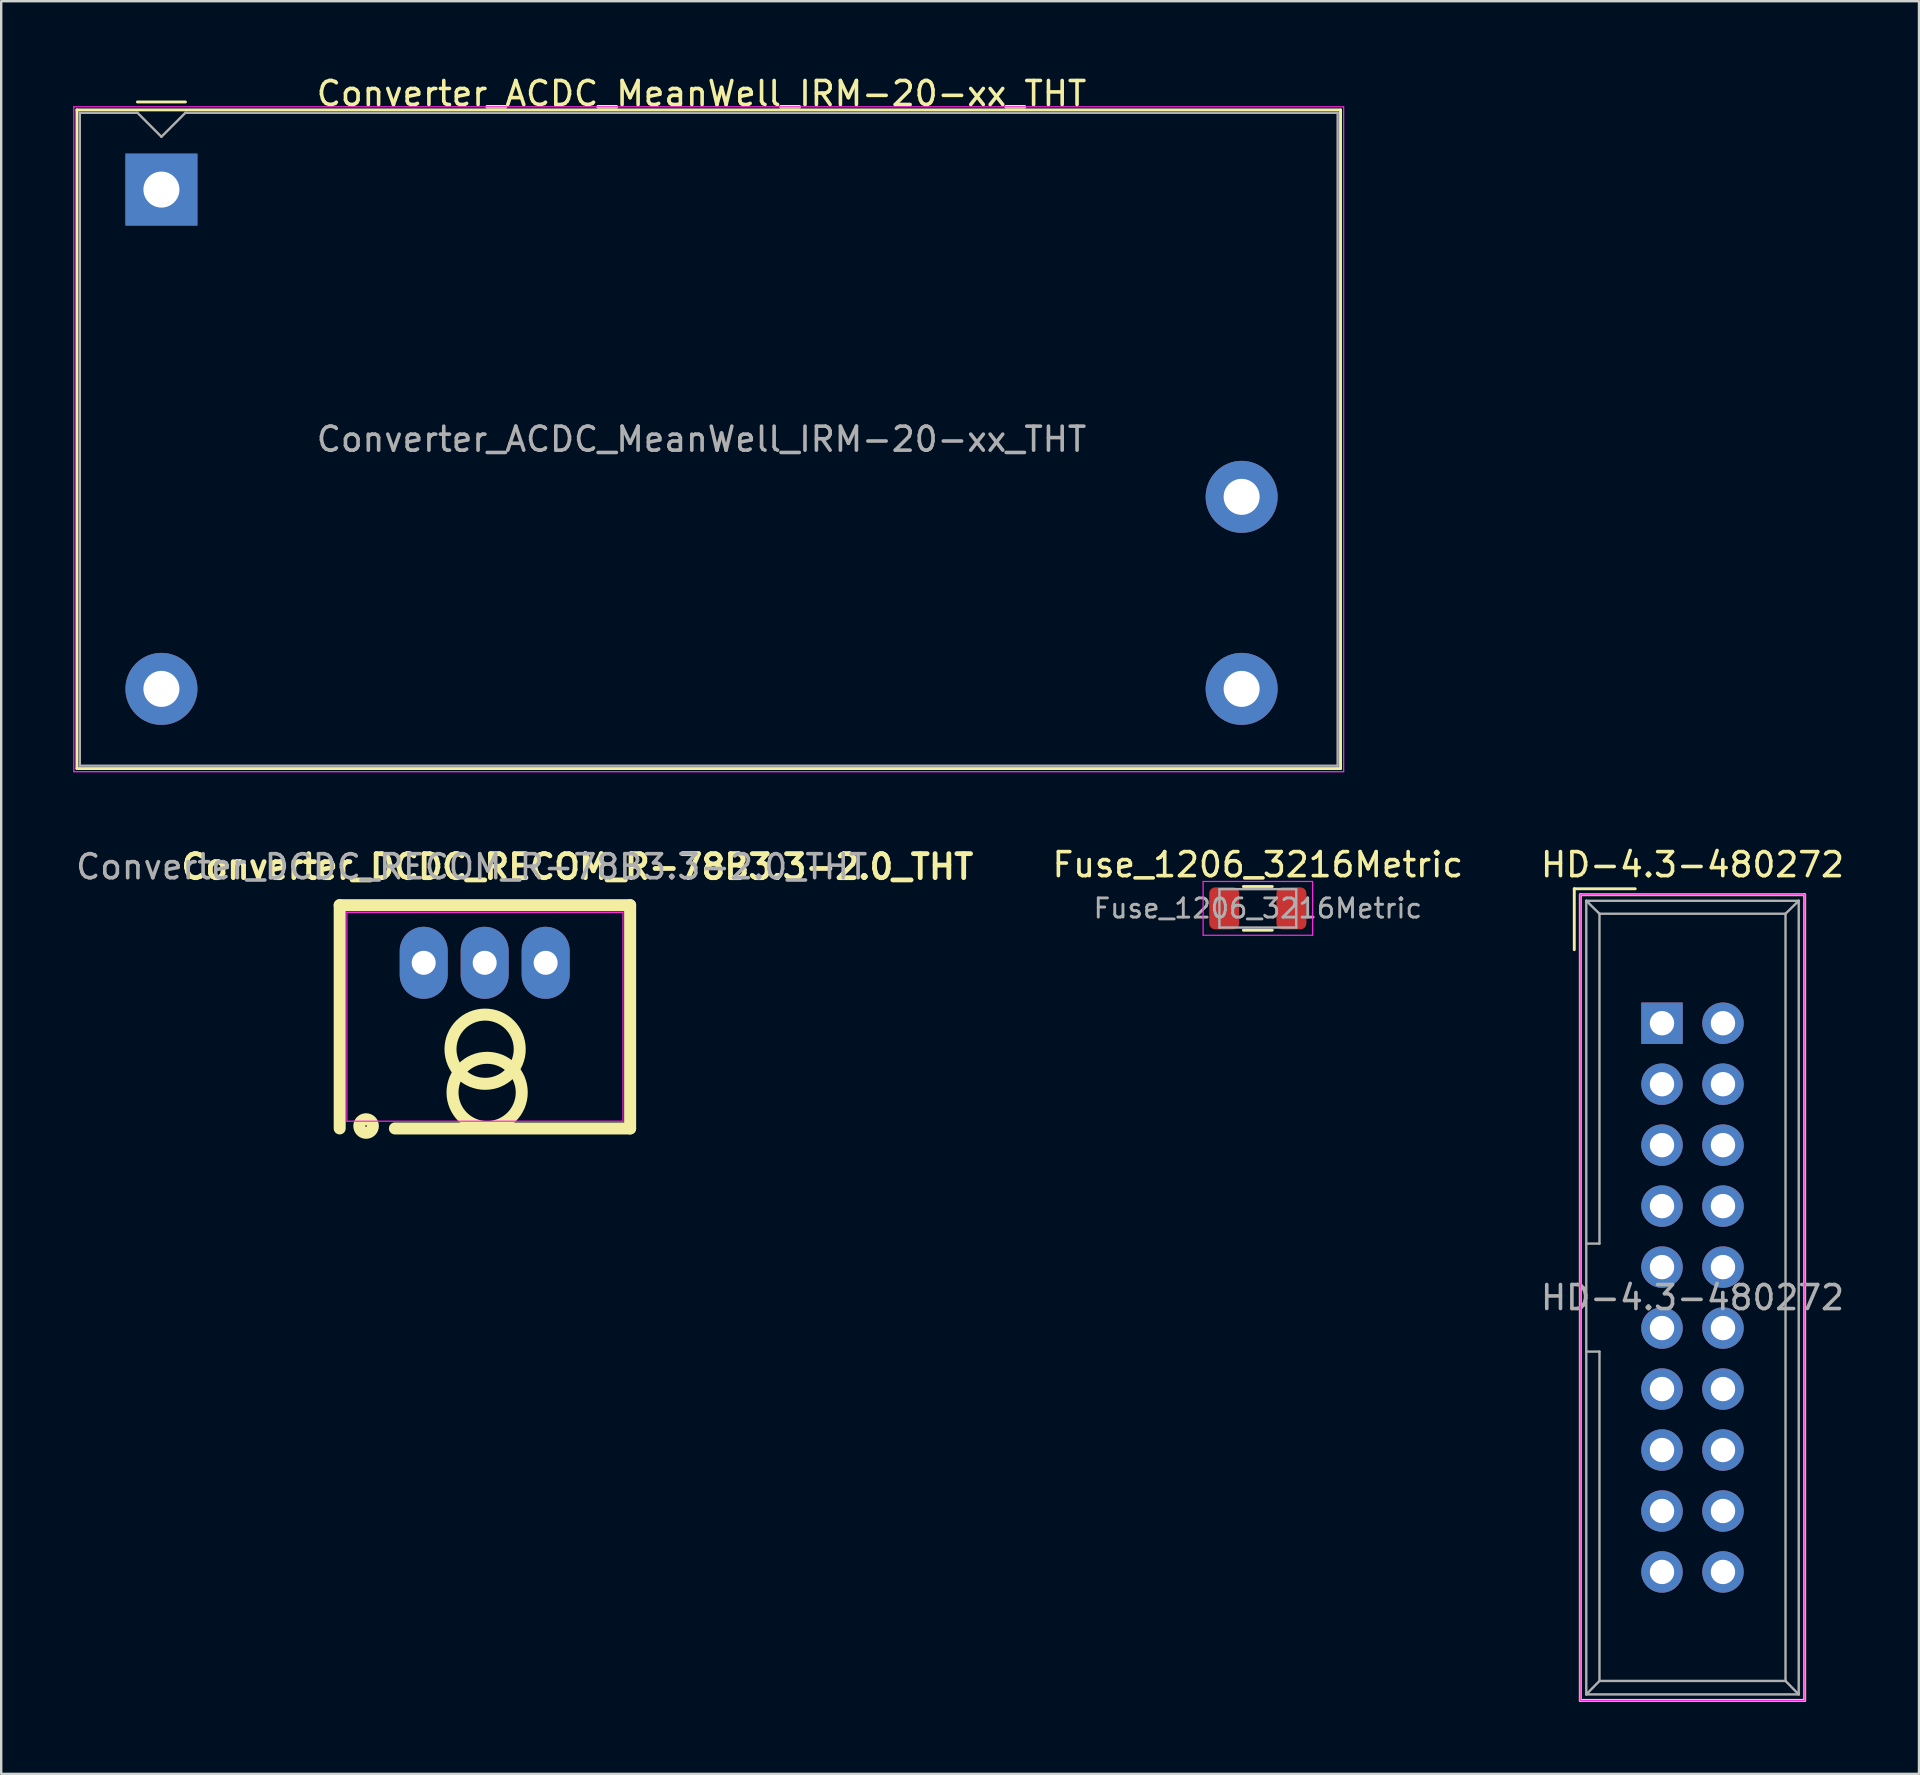
<source format=kicad_pcb>
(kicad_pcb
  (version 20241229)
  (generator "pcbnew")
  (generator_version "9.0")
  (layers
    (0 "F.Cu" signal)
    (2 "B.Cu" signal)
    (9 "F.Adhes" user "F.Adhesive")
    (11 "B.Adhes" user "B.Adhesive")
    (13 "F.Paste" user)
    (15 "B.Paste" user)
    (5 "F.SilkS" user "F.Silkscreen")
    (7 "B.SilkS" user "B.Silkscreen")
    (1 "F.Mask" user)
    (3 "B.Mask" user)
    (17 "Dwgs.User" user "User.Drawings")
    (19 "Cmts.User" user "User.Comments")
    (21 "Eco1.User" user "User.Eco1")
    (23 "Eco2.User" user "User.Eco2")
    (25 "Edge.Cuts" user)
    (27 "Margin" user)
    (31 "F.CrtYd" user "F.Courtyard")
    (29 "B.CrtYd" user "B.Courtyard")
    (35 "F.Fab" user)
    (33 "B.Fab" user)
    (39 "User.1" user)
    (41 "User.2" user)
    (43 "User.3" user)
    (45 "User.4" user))
  (footprint "Converter_ACDC_MeanWell_IRM-20-xx_THT"
    (layer "F.Cu")
    (at 3.675 4.848)
    (property "Reference" "Converter_ACDC_MeanWell_IRM-20-xx_THT" (at 22.5 -4 0) (layer "F.SilkS") (effects (font (size 1 1) (thickness 0.15))))
    (attr through_hole)
    (fp_line (start -3.52 -3.32) (end -3.52 24.12) (stroke (width 0.12) (type solid)) (layer "F.SilkS"))
    (fp_line (start -3.52 -3.32) (end 49.12 -3.32) (stroke (width 0.12) (type solid)) (layer "F.SilkS"))
    (fp_line (start -3.52 24.12) (end 49.12 24.12) (stroke (width 0.12) (type solid)) (layer "F.SilkS"))
    (fp_line (start 1 -3.65) (end -1 -3.65) (stroke (width 0.12) (type solid)) (layer "F.SilkS"))
    (fp_line (start 49.12 -3.32) (end 49.12 24.12) (stroke (width 0.12) (type solid)) (layer "F.SilkS"))
    (fp_line (start -3.65 -3.45) (end -3.65 24.25) (stroke (width 0.05) (type solid)) (layer "F.CrtYd"))
    (fp_line (start -3.65 -3.45) (end 49.25 -3.45) (stroke (width 0.05) (type solid)) (layer "F.CrtYd"))
    (fp_line (start -3.65 24.25) (end 49.25 24.25) (stroke (width 0.05) (type solid)) (layer "F.CrtYd"))
    (fp_line (start 49.25 -3.45) (end 49.25 24.25) (stroke (width 0.05) (type solid)) (layer "F.CrtYd"))
    (fp_line (start -3.4 -3.2) (end -3.4 24) (stroke (width 0.1) (type solid)) (layer "F.Fab"))
    (fp_line (start -3.4 24) (end 49 24) (stroke (width 0.1) (type solid)) (layer "F.Fab"))
    (fp_line (start -1 -3.2) (end -3.4 -3.2) (stroke (width 0.1) (type solid)) (layer "F.Fab"))
    (fp_line (start 0 -2.2) (end -1 -3.2) (stroke (width 0.1) (type solid)) (layer "F.Fab"))
    (fp_line (start 1 -3.2) (end 0 -2.2) (stroke (width 0.1) (type solid)) (layer "F.Fab"))
    (fp_line (start 49 -3.2) (end 1 -3.2) (stroke (width 0.1) (type solid)) (layer "F.Fab"))
    (fp_line (start 49 -3.2) (end 49 24) (stroke (width 0.1) (type solid)) (layer "F.Fab"))
    (fp_text user "${REFERENCE}" (at 22.5 10.4 0) (layer "F.Fab") (effects (font (size 1 1) (thickness 0.15))))
    (pad "1" thru_hole rect (at 0 0) (size 3 3) (drill 1.5) (layers "*.Cu" "*.Mask"))
    (pad "2" thru_hole circle (at 0 20.8) (size 3 3) (drill 1.5) (layers "*.Cu" "*.Mask"))
    (pad "3" thru_hole circle (at 45 20.8) (size 3 3) (drill 1.5) (layers "*.Cu" "*.Mask"))
    (pad "4" thru_hole circle (at 45 12.8) (size 3 3) (drill 1.5) (layers "*.Cu" "*.Mask")))
  (footprint "HD-4.3-480272"
    (layer "F.Cu")
    (at 66.247 39.533)
    (property "Reference" "HD-4.3-480272" (at 1.21 -6.561 0) (layer "F.SilkS") (effects (font (size 1 1) (thickness 0.15))))
    (attr through_hole)
    (fp_line (start -3.715 -5.558) (end -3.715 -3.018) (stroke (width 0.12) (type solid)) (layer "F.SilkS"))
    (fp_line (start -3.715 -5.558) (end -1.175 -5.558) (stroke (width 0.12) (type solid)) (layer "F.SilkS"))
    (fp_line (start -3.465 -5.308) (end 5.885 -5.308) (stroke (width 0.12) (type solid)) (layer "F.SilkS"))
    (fp_line (start -3.465 28.253) (end -3.465 -5.308) (stroke (width 0.12) (type solid)) (layer "F.SilkS"))
    (fp_line (start 5.885 -5.308) (end 5.885 28.253) (stroke (width 0.12) (type solid)) (layer "F.SilkS"))
    (fp_line (start 5.885 28.253) (end -3.465 28.253) (stroke (width 0.12) (type solid)) (layer "F.SilkS"))
    (fp_line (start -3.47 -5.308) (end 5.89 -5.308) (stroke (width 0.05) (type solid)) (layer "F.CrtYd"))
    (fp_line (start -3.47 28.253) (end -3.47 -5.308) (stroke (width 0.05) (type solid)) (layer "F.CrtYd"))
    (fp_line (start 5.89 -5.308) (end 5.89 28.253) (stroke (width 0.05) (type solid)) (layer "F.CrtYd"))
    (fp_line (start 5.89 28.253) (end -3.47 28.253) (stroke (width 0.05) (type solid)) (layer "F.CrtYd"))
    (fp_line (start -3.215 -5.058) (end -3.215 28.003) (stroke (width 0.1) (type solid)) (layer "F.Fab"))
    (fp_line (start -3.215 -5.058) (end -2.665 -4.518) (stroke (width 0.1) (type solid)) (layer "F.Fab"))
    (fp_line (start -3.215 28.003) (end -2.665 27.442) (stroke (width 0.1) (type solid)) (layer "F.Fab"))
    (fp_line (start -2.665 -4.518) (end -2.665 9.223) (stroke (width 0.1) (type solid)) (layer "F.Fab"))
    (fp_line (start -2.665 9.223) (end -3.215 9.223) (stroke (width 0.1) (type solid)) (layer "F.Fab"))
    (fp_line (start -2.665 13.723) (end -3.215 13.723) (stroke (width 0.1) (type solid)) (layer "F.Fab"))
    (fp_line (start -2.665 13.723) (end -2.665 27.442) (stroke (width 0.1) (type solid)) (layer "F.Fab"))
    (fp_line (start 5.085 -4.518) (end -2.665 -4.518) (stroke (width 0.1) (type solid)) (layer "F.Fab"))
    (fp_line (start 5.085 -4.518) (end 5.085 27.442) (stroke (width 0.1) (type solid)) (layer "F.Fab"))
    (fp_line (start 5.085 27.442) (end -2.665 27.442) (stroke (width 0.1) (type solid)) (layer "F.Fab"))
    (fp_line (start 5.635 -5.058) (end -3.215 -5.058) (stroke (width 0.1) (type solid)) (layer "F.Fab"))
    (fp_line (start 5.635 -5.058) (end 5.085 -4.518) (stroke (width 0.1) (type solid)) (layer "F.Fab"))
    (fp_line (start 5.635 -5.058) (end 5.635 28.003) (stroke (width 0.1) (type solid)) (layer "F.Fab"))
    (fp_line (start 5.635 28.003) (end -3.215 28.003) (stroke (width 0.1) (type solid)) (layer "F.Fab"))
    (fp_line (start 5.635 28.003) (end 5.085 27.442) (stroke (width 0.1) (type solid)) (layer "F.Fab"))
    (fp_text user "${REFERENCE}" (at 1.21 11.473 0) (layer "F.Fab") (effects (font (size 1 1) (thickness 0.15))))
    (pad "1" thru_hole rect (at -0.06 0.043) (size 1.727 1.727) (drill 1.016) (layers "*.Cu" "*.Mask"))
    (pad "2" thru_hole oval (at 2.48 0.043) (size 1.727 1.727) (drill 1.016) (layers "*.Cu" "*.Mask"))
    (pad "3" thru_hole oval (at -0.06 2.583) (size 1.727 1.727) (drill 1.016) (layers "*.Cu" "*.Mask"))
    (pad "4" thru_hole oval (at 2.48 2.583) (size 1.727 1.727) (drill 1.016) (layers "*.Cu" "*.Mask"))
    (pad "5" thru_hole oval (at -0.06 5.122) (size 1.727 1.727) (drill 1.016) (layers "*.Cu" "*.Mask"))
    (pad "6" thru_hole oval (at 2.48 5.122) (size 1.727 1.727) (drill 1.016) (layers "*.Cu" "*.Mask"))
    (pad "7" thru_hole oval (at -0.06 7.662) (size 1.727 1.727) (drill 1.016) (layers "*.Cu" "*.Mask"))
    (pad "8" thru_hole oval (at 2.48 7.662) (size 1.727 1.727) (drill 1.016) (layers "*.Cu" "*.Mask"))
    (pad "9" thru_hole oval (at -0.06 10.203) (size 1.727 1.727) (drill 1.016) (layers "*.Cu" "*.Mask"))
    (pad "10" thru_hole oval (at 2.48 10.203) (size 1.727 1.727) (drill 1.016) (layers "*.Cu" "*.Mask"))
    (pad "11" thru_hole oval (at -0.06 12.742) (size 1.727 1.727) (drill 1.016) (layers "*.Cu" "*.Mask"))
    (pad "12" thru_hole oval (at 2.48 12.742) (size 1.727 1.727) (drill 1.016) (layers "*.Cu" "*.Mask"))
    (pad "13" thru_hole oval (at -0.06 15.283) (size 1.727 1.727) (drill 1.016) (layers "*.Cu" "*.Mask"))
    (pad "14" thru_hole oval (at 2.48 15.283) (size 1.727 1.727) (drill 1.016) (layers "*.Cu" "*.Mask"))
    (pad "15" thru_hole oval (at -0.06 17.823) (size 1.727 1.727) (drill 1.016) (layers "*.Cu" "*.Mask"))
    (pad "16" thru_hole oval (at 2.48 17.823) (size 1.727 1.727) (drill 1.016) (layers "*.Cu" "*.Mask"))
    (pad "17" thru_hole oval (at -0.06 20.363) (size 1.727 1.727) (drill 1.016) (layers "*.Cu" "*.Mask"))
    (pad "18" thru_hole oval (at 2.48 20.363) (size 1.727 1.727) (drill 1.016) (layers "*.Cu" "*.Mask"))
    (pad "19" thru_hole oval (at -0.06 22.902) (size 1.727 1.727) (drill 1.016) (layers "*.Cu" "*.Mask"))
    (pad "20" thru_hole oval (at 2.48 22.902) (size 1.727 1.727) (drill 1.016) (layers "*.Cu" "*.Mask")))
  (footprint "Converter_DCDC_RECOM_R-78B3.3-2.0_THT"
    (layer "F.Cu")
    (at 14.601 37.059)
    (property "Reference" "Converter_DCDC_RECOM_R-78B3.3-2.0_THT" (at 6.4 -4 0) (layer "F.SilkS") (effects (font (size 1 1) (thickness 0.2))))
    (attr through_hole)
    (fp_line (start -3.5 -2.4) (end 8.6 -2.4) (stroke (width 0.5) (type solid)) (layer "F.SilkS"))
    (fp_line (start -3.5 6.9) (end -3.5 -2.4) (stroke (width 0.5) (type solid)) (layer "F.SilkS"))
    (fp_line (start 8.6 -2.4) (end 8.6 6.9) (stroke (width 0.5) (type solid)) (layer "F.SilkS"))
    (fp_line (start 8.6 6.9) (end -1.2 6.9) (stroke (width 0.5) (type solid)) (layer "F.SilkS"))
    (fp_circle (center -2.4 6.8) (end -2.2 7) (stroke (width 0.5) (type solid)) (fill no) (layer "F.SilkS"))
    (fp_circle (center 2.558 3.6) (end 3.758 4.4) (stroke (width 0.5) (type solid)) (fill no) (layer "F.SilkS"))
    (fp_circle (center 2.642 5.4) (end 3.842 6.2) (stroke (width 0.5) (type solid)) (fill no) (layer "F.SilkS"))
    (fp_line (start -3.2 -2.1) (end -3.2 6.6) (stroke (width 0.05) (type solid)) (layer "F.CrtYd"))
    (fp_line (start -3.2 6.6) (end 8.3 6.6) (stroke (width 0.05) (type solid)) (layer "F.CrtYd"))
    (fp_line (start -0.32 -0.32) (end -0.32 0.32) (stroke (width 0.01) (type solid)) (layer "F.CrtYd"))
    (fp_line (start -0.32 -0.32) (end -0.32 0.32) (stroke (width 0.01) (type solid)) (layer "F.CrtYd"))
    (fp_line (start -0.32 -0.32) (end 0.32 -0.32) (stroke (width 0.01) (type solid)) (layer "F.CrtYd"))
    (fp_line (start -0.32 -0.32) (end 0.32 -0.32) (stroke (width 0.01) (type solid)) (layer "F.CrtYd"))
    (fp_line (start -0.32 0.32) (end -0.32 -0.32) (stroke (width 0.01) (type solid)) (layer "F.CrtYd"))
    (fp_line (start -0.32 0.32) (end 0.32 0.32) (stroke (width 0.01) (type solid)) (layer "F.CrtYd"))
    (fp_line (start 0 0.32) (end 0 -0.32) (stroke (width 0.01) (type solid)) (layer "F.CrtYd"))
    (fp_line (start 0 0.32) (end 0 -0.32) (stroke (width 0.01) (type solid)) (layer "F.CrtYd"))
    (fp_line (start 0.32 -0.32) (end -0.32 -0.32) (stroke (width 0.01) (type solid)) (layer "F.CrtYd"))
    (fp_line (start 0.32 -0.32) (end 0.32 0.32) (stroke (width 0.01) (type solid)) (layer "F.CrtYd"))
    (fp_line (start 0.32 -0.32) (end 0.32 0.32) (stroke (width 0.01) (type solid)) (layer "F.CrtYd"))
    (fp_line (start 0.32 0) (end -0.32 0) (stroke (width 0.01) (type solid)) (layer "F.CrtYd"))
    (fp_line (start 0.32 0) (end -0.32 0) (stroke (width 0.01) (type solid)) (layer "F.CrtYd"))
    (fp_line (start 0.32 0.32) (end -0.32 0.32) (stroke (width 0.01) (type solid)) (layer "F.CrtYd"))
    (fp_line (start 0.32 0.32) (end -0.32 0.32) (stroke (width 0.01) (type solid)) (layer "F.CrtYd"))
    (fp_line (start 0.32 0.32) (end 0.32 -0.32) (stroke (width 0.01) (type solid)) (layer "F.CrtYd"))
    (fp_line (start 2.22 -0.32) (end 2.22 0.32) (stroke (width 0.01) (type solid)) (layer "F.CrtYd"))
    (fp_line (start 2.22 -0.32) (end 2.22 0.32) (stroke (width 0.01) (type solid)) (layer "F.CrtYd"))
    (fp_line (start 2.22 -0.32) (end 2.86 -0.32) (stroke (width 0.01) (type solid)) (layer "F.CrtYd"))
    (fp_line (start 2.22 -0.32) (end 2.86 -0.32) (stroke (width 0.01) (type solid)) (layer "F.CrtYd"))
    (fp_line (start 2.22 0.32) (end 2.22 -0.32) (stroke (width 0.01) (type solid)) (layer "F.CrtYd"))
    (fp_line (start 2.22 0.32) (end 2.86 0.32) (stroke (width 0.01) (type solid)) (layer "F.CrtYd"))
    (fp_line (start 2.54 0.32) (end 2.54 -0.32) (stroke (width 0.01) (type solid)) (layer "F.CrtYd"))
    (fp_line (start 2.54 0.32) (end 2.54 -0.32) (stroke (width 0.01) (type solid)) (layer "F.CrtYd"))
    (fp_line (start 2.86 -0.32) (end 2.22 -0.32) (stroke (width 0.01) (type solid)) (layer "F.CrtYd"))
    (fp_line (start 2.86 -0.32) (end 2.86 0.32) (stroke (width 0.01) (type solid)) (layer "F.CrtYd"))
    (fp_line (start 2.86 -0.32) (end 2.86 0.32) (stroke (width 0.01) (type solid)) (layer "F.CrtYd"))
    (fp_line (start 2.86 0) (end 2.22 0) (stroke (width 0.01) (type solid)) (layer "F.CrtYd"))
    (fp_line (start 2.86 0) (end 2.22 0) (stroke (width 0.01) (type solid)) (layer "F.CrtYd"))
    (fp_line (start 2.86 0.32) (end 2.22 0.32) (stroke (width 0.01) (type solid)) (layer "F.CrtYd"))
    (fp_line (start 2.86 0.32) (end 2.22 0.32) (stroke (width 0.01) (type solid)) (layer "F.CrtYd"))
    (fp_line (start 2.86 0.32) (end 2.86 -0.32) (stroke (width 0.01) (type solid)) (layer "F.CrtYd"))
    (fp_line (start 4.76 -0.32) (end 4.76 0.32) (stroke (width 0.01) (type solid)) (layer "F.CrtYd"))
    (fp_line (start 4.76 -0.32) (end 4.76 0.32) (stroke (width 0.01) (type solid)) (layer "F.CrtYd"))
    (fp_line (start 4.76 -0.32) (end 5.4 -0.32) (stroke (width 0.01) (type solid)) (layer "F.CrtYd"))
    (fp_line (start 4.76 -0.32) (end 5.4 -0.32) (stroke (width 0.01) (type solid)) (layer "F.CrtYd"))
    (fp_line (start 4.76 0.32) (end 4.76 -0.32) (stroke (width 0.01) (type solid)) (layer "F.CrtYd"))
    (fp_line (start 4.76 0.32) (end 5.4 0.32) (stroke (width 0.01) (type solid)) (layer "F.CrtYd"))
    (fp_line (start 5.08 0.32) (end 5.08 -0.32) (stroke (width 0.01) (type solid)) (layer "F.CrtYd"))
    (fp_line (start 5.08 0.32) (end 5.08 -0.32) (stroke (width 0.01) (type solid)) (layer "F.CrtYd"))
    (fp_line (start 5.4 -0.32) (end 4.76 -0.32) (stroke (width 0.01) (type solid)) (layer "F.CrtYd"))
    (fp_line (start 5.4 -0.32) (end 5.4 0.32) (stroke (width 0.01) (type solid)) (layer "F.CrtYd"))
    (fp_line (start 5.4 -0.32) (end 5.4 0.32) (stroke (width 0.01) (type solid)) (layer "F.CrtYd"))
    (fp_line (start 5.4 0) (end 4.76 0) (stroke (width 0.01) (type solid)) (layer "F.CrtYd"))
    (fp_line (start 5.4 0) (end 4.76 0) (stroke (width 0.01) (type solid)) (layer "F.CrtYd"))
    (fp_line (start 5.4 0.32) (end 4.76 0.32) (stroke (width 0.01) (type solid)) (layer "F.CrtYd"))
    (fp_line (start 5.4 0.32) (end 4.76 0.32) (stroke (width 0.01) (type solid)) (layer "F.CrtYd"))
    (fp_line (start 5.4 0.32) (end 5.4 -0.32) (stroke (width 0.01) (type solid)) (layer "F.CrtYd"))
    (fp_line (start 8.3 -2.1) (end -3.2 -2.1) (stroke (width 0.05) (type solid)) (layer "F.CrtYd"))
    (fp_line (start 8.3 6.6) (end 8.3 -2.1) (stroke (width 0.05) (type solid)) (layer "F.CrtYd"))
    (fp_text user "${REFERENCE}" (at 2 -4 0) (layer "F.Fab") (effects (font (size 1 1) (thickness 0.15))))
    (pad "1" thru_hole oval (at 0 0) (size 2 3) (drill 1) (layers "*.Cu" "*.Mask"))
    (pad "2" thru_hole oval (at 2.54 0) (size 2 3) (drill 1) (layers "*.Cu" "*.Mask"))
    (pad "3" thru_hole oval (at 5.08 0) (size 2 3) (drill 1) (layers "*.Cu" "*.Mask")))
  (footprint "Fuse_1206_3216Metric"
    (layer "F.Cu")
    (at 49.35 34.791)
    (property "Reference" "Fuse_1206_3216Metric" (at 0 -1.82 0) (layer "F.SilkS") (effects (font (size 1 1) (thickness 0.15))))
    (attr smd)
    (fp_line (start -0.602 -0.91) (end 0.602 -0.91) (stroke (width 0.12) (type solid)) (layer "F.SilkS"))
    (fp_line (start -0.602 0.91) (end 0.602 0.91) (stroke (width 0.12) (type solid)) (layer "F.SilkS"))
    (fp_line (start -2.28 -1.12) (end 2.28 -1.12) (stroke (width 0.05) (type solid)) (layer "F.CrtYd"))
    (fp_line (start -2.28 1.12) (end -2.28 -1.12) (stroke (width 0.05) (type solid)) (layer "F.CrtYd"))
    (fp_line (start 2.28 -1.12) (end 2.28 1.12) (stroke (width 0.05) (type solid)) (layer "F.CrtYd"))
    (fp_line (start 2.28 1.12) (end -2.28 1.12) (stroke (width 0.05) (type solid)) (layer "F.CrtYd"))
    (fp_line (start -1.6 -0.8) (end 1.6 -0.8) (stroke (width 0.1) (type solid)) (layer "F.Fab"))
    (fp_line (start -1.6 0.8) (end -1.6 -0.8) (stroke (width 0.1) (type solid)) (layer "F.Fab"))
    (fp_line (start 1.6 -0.8) (end 1.6 0.8) (stroke (width 0.1) (type solid)) (layer "F.Fab"))
    (fp_line (start 1.6 0.8) (end -1.6 0.8) (stroke (width 0.1) (type solid)) (layer "F.Fab"))
    (fp_text user "${REFERENCE}" (at 0 0 0) (layer "F.Fab") (effects (font (size 0.8 0.8) (thickness 0.12))))
    (pad "1" smd roundrect (at -1.4 0) (size 1.25 1.75) (layers "F.Cu" "F.Mask" "F.Paste") (roundrect_rratio 0.2))
    (pad "2" smd roundrect (at 1.4 0) (size 1.25 1.75) (layers "F.Cu" "F.Mask" "F.Paste") (roundrect_rratio 0.2)))
  (gr_rect
    (start -3 -3)
    (end 76.892 70.846)
    (stroke (width 0.1) (type default))
    (fill no)
    (layer "Edge.Cuts")))
</source>
